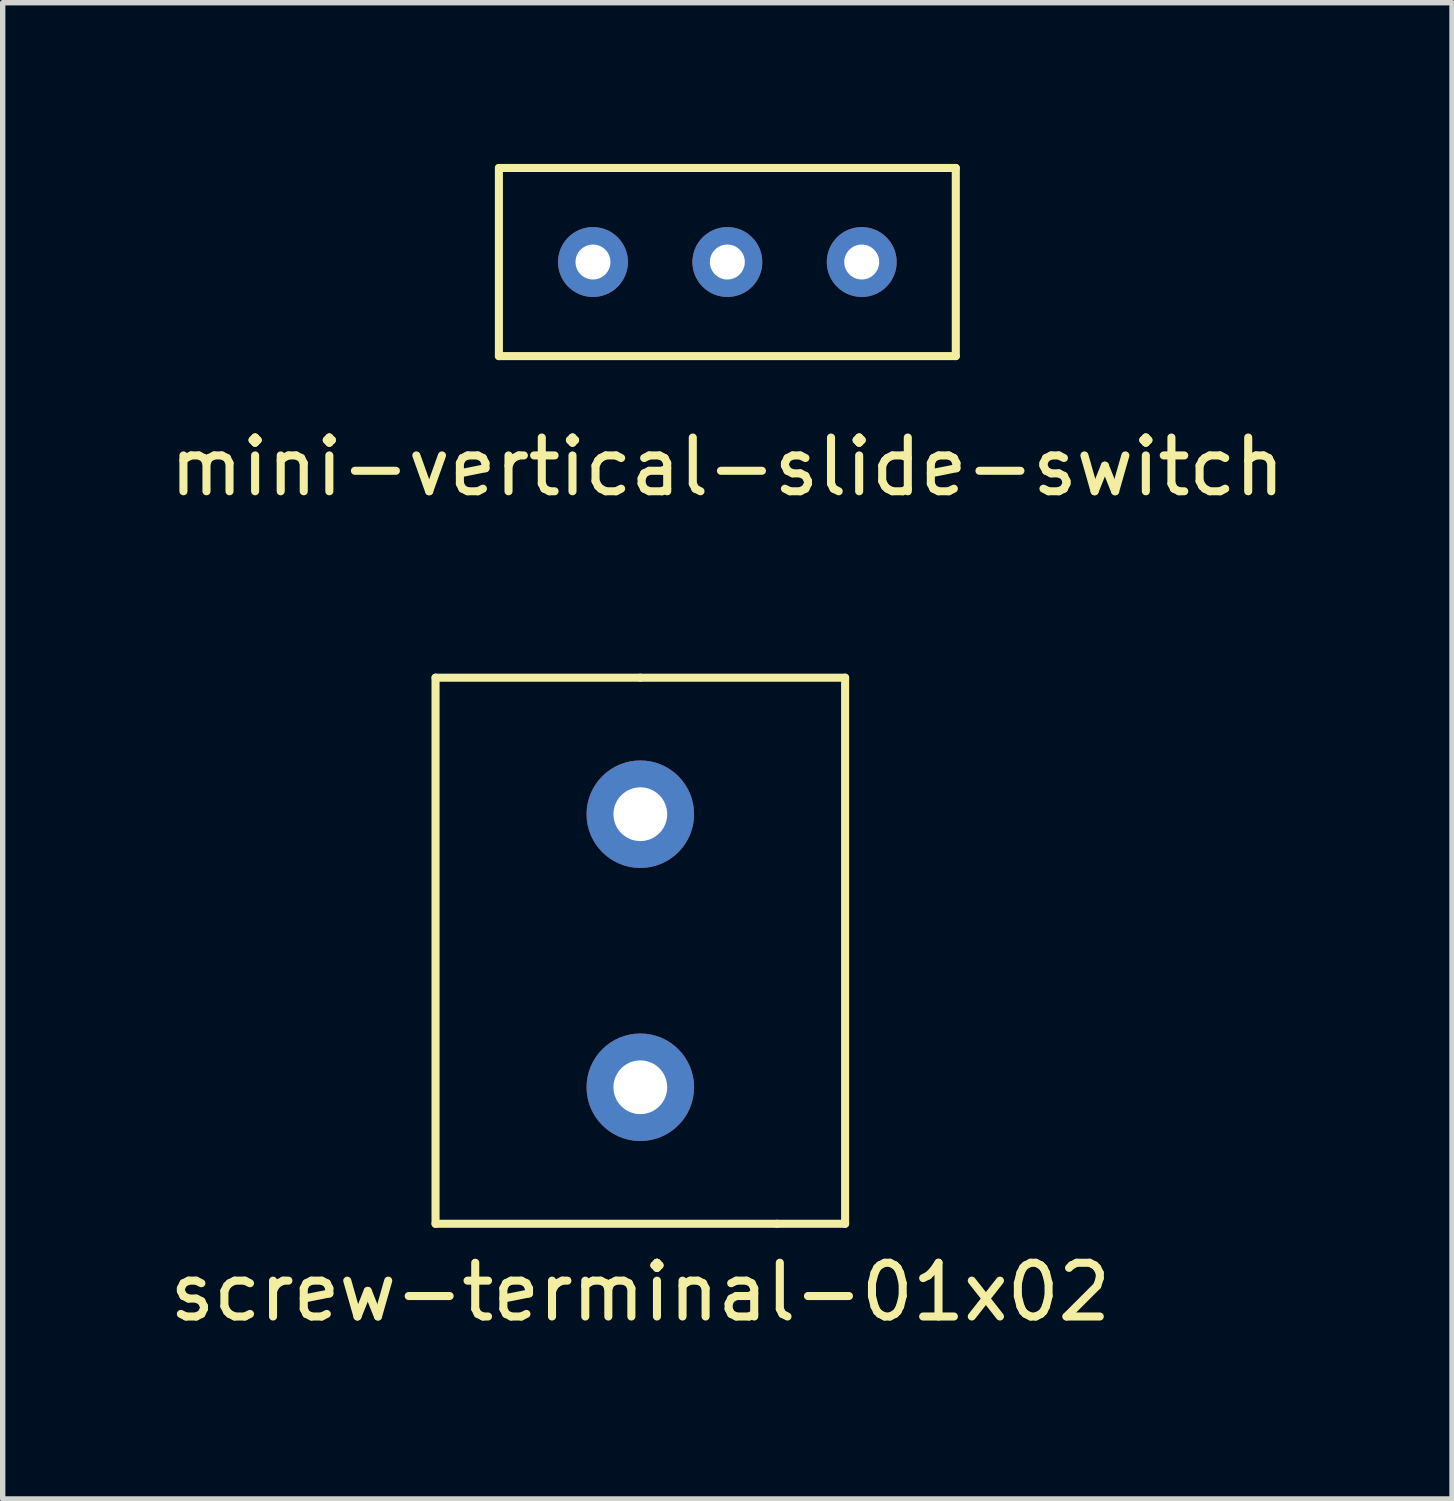
<source format=kicad_pcb>
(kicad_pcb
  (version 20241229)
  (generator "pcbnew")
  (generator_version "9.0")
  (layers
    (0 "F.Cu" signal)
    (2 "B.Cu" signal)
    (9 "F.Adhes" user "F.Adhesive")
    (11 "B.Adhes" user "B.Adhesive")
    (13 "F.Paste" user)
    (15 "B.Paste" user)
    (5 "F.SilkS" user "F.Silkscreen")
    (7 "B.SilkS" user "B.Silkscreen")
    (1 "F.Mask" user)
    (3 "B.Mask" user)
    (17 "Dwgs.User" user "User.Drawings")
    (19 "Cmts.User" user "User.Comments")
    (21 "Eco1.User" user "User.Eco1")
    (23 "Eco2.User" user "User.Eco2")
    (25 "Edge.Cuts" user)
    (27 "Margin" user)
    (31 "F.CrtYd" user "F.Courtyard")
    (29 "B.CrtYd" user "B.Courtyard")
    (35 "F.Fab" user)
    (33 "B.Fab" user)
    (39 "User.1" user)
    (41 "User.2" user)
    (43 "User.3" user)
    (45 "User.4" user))
  (footprint "mini-vertical-slide-switch"
    (layer "F.Cu")
    (at 10.482 1.825)
    (property "Reference" "mini-vertical-slide-switch" (at 0 3.81 0) (layer "F.SilkS") (effects (font (size 1 1) (thickness 0.15))))
    (attr through_hole)
    (fp_line (start -4.25 -1.75) (end 4.25 -1.75) (stroke (width 0.15) (type solid)) (layer "F.SilkS"))
    (fp_line (start -4.25 1.75) (end -4.25 -1.75) (stroke (width 0.15) (type solid)) (layer "F.SilkS"))
    (fp_line (start 4.25 -1.75) (end 4.25 1.75) (stroke (width 0.15) (type solid)) (layer "F.SilkS"))
    (fp_line (start 4.25 1.75) (end -4.25 1.75) (stroke (width 0.15) (type solid)) (layer "F.SilkS"))
    (pad "1" thru_hole circle (at 0 0) (size 1.3 1.3) (drill 0.65) (layers "*.Cu" "*.Mask"))
    (pad "2" thru_hole circle (at 2.5 0) (size 1.3 1.3) (drill 0.65) (layers "*.Cu" "*.Mask"))
    (pad "3" thru_hole circle (at -2.5 0) (size 1.3 1.3) (drill 0.65) (layers "*.Cu" "*.Mask")))
  (footprint "screw-terminal-01x02"
    (layer "F.Cu")
    (at 8.863 14.638)
    (property "Reference" "screw-terminal-01x02" (at 0 6.35 0) (layer "F.SilkS") (effects (font (size 1 1) (thickness 0.15))))
    (attr through_hole)
    (fp_line (start -3.81 -5.08) (end -3.81 5.08) (stroke (width 0.15) (type solid)) (layer "F.SilkS"))
    (fp_line (start -3.81 5.08) (end 2.54 5.08) (stroke (width 0.15) (type solid)) (layer "F.SilkS"))
    (fp_line (start 0 -5.08) (end -3.81 -5.08) (stroke (width 0.15) (type solid)) (layer "F.SilkS"))
    (fp_line (start 2.54 5.08) (end 3.81 5.08) (stroke (width 0.15) (type solid)) (layer "F.SilkS"))
    (fp_line (start 3.81 -5.08) (end 0 -5.08) (stroke (width 0.15) (type solid)) (layer "F.SilkS"))
    (fp_line (start 3.81 5.08) (end 3.81 -5.08) (stroke (width 0.15) (type solid)) (layer "F.SilkS"))
    (pad "1" thru_hole circle (at 0 -2.54) (size 2 2) (drill 1) (layers "*.Cu" "*.Mask"))
    (pad "2" thru_hole circle (at 0 2.54) (size 2 2) (drill 1) (layers "*.Cu" "*.Mask")))
  (gr_rect
    (start -3 -3)
    (end 23.964 24.837)
    (stroke (width 0.1) (type default))
    (fill no)
    (layer "Edge.Cuts")))
</source>
